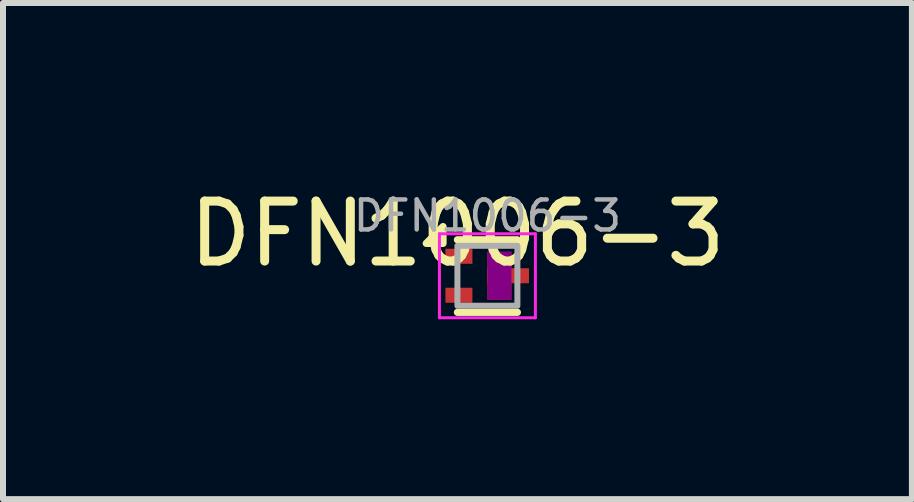
<source format=kicad_pcb>
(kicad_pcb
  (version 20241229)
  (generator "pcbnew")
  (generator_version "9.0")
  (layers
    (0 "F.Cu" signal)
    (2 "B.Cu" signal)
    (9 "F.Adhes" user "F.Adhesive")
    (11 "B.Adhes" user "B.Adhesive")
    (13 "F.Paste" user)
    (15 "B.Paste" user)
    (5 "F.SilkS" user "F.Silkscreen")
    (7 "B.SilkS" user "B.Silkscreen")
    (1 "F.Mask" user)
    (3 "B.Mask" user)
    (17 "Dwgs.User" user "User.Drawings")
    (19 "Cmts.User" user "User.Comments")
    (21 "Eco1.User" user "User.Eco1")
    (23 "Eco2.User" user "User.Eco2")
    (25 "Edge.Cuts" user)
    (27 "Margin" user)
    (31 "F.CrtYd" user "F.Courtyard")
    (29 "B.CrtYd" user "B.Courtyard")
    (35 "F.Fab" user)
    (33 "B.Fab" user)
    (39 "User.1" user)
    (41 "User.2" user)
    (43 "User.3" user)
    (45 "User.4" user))
  (footprint "DFN1006-3"
    (layer "F.Cu")
    (at 5.077 1.548)
    (property "Reference" "DFN1006-3" (at -0.5 -0.7 0) (layer "F.SilkS") (effects (font (size 1 1) (thickness 0.15))))
    (attr smd)
    (fp_line (start -0.5 -0.6) (end 0.5 -0.6) (stroke (width 0.12) (type default)) (layer "F.SilkS"))
    (fp_line (start -0.5 0.61) (end 0.5 0.61) (stroke (width 0.12) (type default)) (layer "F.SilkS"))
    (fp_poly (pts (xy -0.74 -0.54) (xy -1.02 -0.54) (xy -0.74 -0.82) (xy -0.74 -0.54)) (stroke (width 0.12) (type solid)) (fill yes) (layer "F.SilkS"))
    (fp_line (start -0.8 -0.7) (end 0.8 -0.7) (stroke (width 0.05) (type solid)) (layer "F.CrtYd"))
    (fp_line (start -0.8 0.7) (end -0.8 -0.7) (stroke (width 0.05) (type solid)) (layer "F.CrtYd"))
    (fp_line (start 0.8 -0.7) (end 0.8 0.7) (stroke (width 0.05) (type solid)) (layer "F.CrtYd"))
    (fp_line (start 0.8 0.7) (end -0.8 0.7) (stroke (width 0.05) (type solid)) (layer "F.CrtYd"))
    (fp_rect (start -0.5 -0.5) (end 0.5 0.5) (stroke (width 0.1) (type default)) (fill no) (layer "F.Fab"))
    (fp_text user "${REFERENCE}" (at 0 -1 0) (layer "F.Fab") (effects (font (size 0.5 0.5) (thickness 0.075))))
    (pad "1" smd rect (at -0.475 -0.325 270) (size 0.25 0.45) (layers "F.Cu" "F.Mask" "F.Paste"))
    (pad "2" smd rect (at -0.475 0.325 270) (size 0.25 0.45) (layers "F.Cu" "F.Mask" "F.Paste"))
    (pad "3" smd rect (at 0.2 0 270) (size 0.8 0.4) (layers "F.Cu" "F.Mask" "F.Adhes" "F.Paste"))
    (pad "3" smd rect (at 0.343 0) (size 0.7 0.25) (layers "F.Cu" "F.Mask" "F.Paste")))
  (gr_rect
    (start -3 -3)
    (end 12.155 5.273)
    (stroke (width 0.1) (type default))
    (fill no)
    (layer "Edge.Cuts")))
</source>
